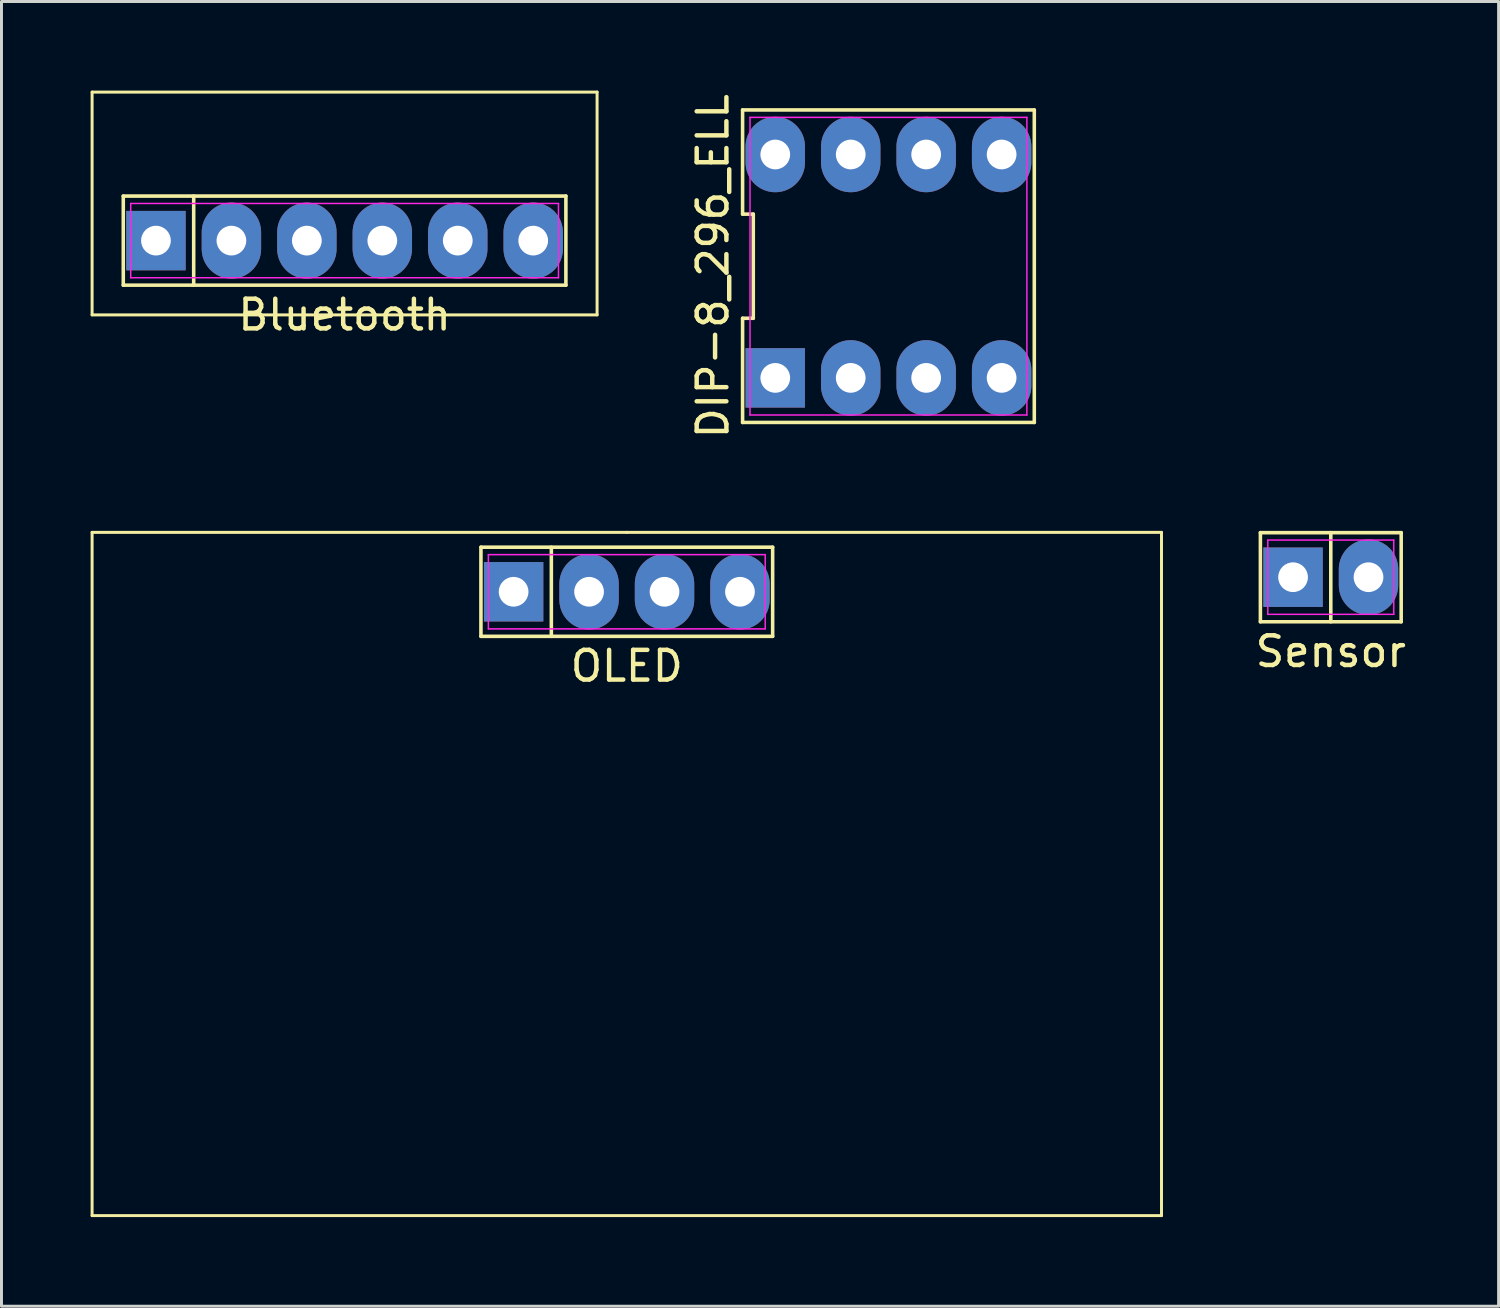
<source format=kicad_pcb>
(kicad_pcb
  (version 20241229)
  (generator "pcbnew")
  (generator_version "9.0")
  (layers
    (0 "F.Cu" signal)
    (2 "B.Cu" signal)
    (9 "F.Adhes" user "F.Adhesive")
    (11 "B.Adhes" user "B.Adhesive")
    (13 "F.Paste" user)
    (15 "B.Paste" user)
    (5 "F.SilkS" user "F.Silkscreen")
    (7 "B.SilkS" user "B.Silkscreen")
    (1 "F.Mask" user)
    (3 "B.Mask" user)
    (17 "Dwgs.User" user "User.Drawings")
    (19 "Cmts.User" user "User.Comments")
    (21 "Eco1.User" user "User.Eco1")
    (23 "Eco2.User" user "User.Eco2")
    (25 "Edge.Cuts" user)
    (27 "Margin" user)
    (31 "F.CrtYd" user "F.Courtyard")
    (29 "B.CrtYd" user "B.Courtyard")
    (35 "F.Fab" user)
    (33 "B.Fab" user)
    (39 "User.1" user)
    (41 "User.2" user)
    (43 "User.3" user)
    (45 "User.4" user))
  (footprint "Sensor"
    (layer "F.Cu")
    (at 41.749 16.381)
    (property "Reference" "Sensor" (at 0 2.5 0) (layer "F.SilkS") (effects (font (size 1 1) (thickness 0.15))))
    (attr through_hole)
    (fp_line (start -2.37 -1.5) (end 2.37 -1.5) (stroke (width 0.12) (type default)) (layer "F.SilkS"))
    (fp_line (start -2.37 1.5) (end -2.37 -1.5) (stroke (width 0.12) (type default)) (layer "F.SilkS"))
    (fp_line (start 0 -1.5) (end 0 1.5) (stroke (width 0.12) (type default)) (layer "F.SilkS"))
    (fp_line (start 2.37 -1.5) (end 2.37 1.5) (stroke (width 0.12) (type default)) (layer "F.SilkS"))
    (fp_line (start 2.37 1.5) (end -2.37 1.5) (stroke (width 0.12) (type default)) (layer "F.SilkS"))
    (fp_line (start -2.12 -1.25) (end 2.12 -1.25) (stroke (width 0.05) (type default)) (layer "F.CrtYd"))
    (fp_line (start -2.12 1.25) (end -2.12 -1.25) (stroke (width 0.05) (type default)) (layer "F.CrtYd"))
    (fp_line (start 2.12 -1.25) (end 2.12 1.25) (stroke (width 0.05) (type default)) (layer "F.CrtYd"))
    (fp_line (start 2.12 1.25) (end -2.12 1.25) (stroke (width 0.05) (type default)) (layer "F.CrtYd"))
    (pad "1" thru_hole rect (at -1.27 0) (size 2 2) (drill 1) (layers "*.Cu" "*.Mask"))
    (pad "2" thru_hole oval (at 1.27 0) (size 2 2.54) (drill 1) (layers "*.Cu" "*.Mask")))
  (footprint "DIP-8_296_ELL"
    (layer "F.Cu")
    (at 26.858 5.911)
    (property "Reference" "DIP-8_296_ELL" (at -5.91 0 90) (layer "F.SilkS") (effects (font (size 1 1) (thickness 0.15))))
    (attr through_hole)
    (fp_line (start -4.91 -5.26) (end -4.91 -1.753) (stroke (width 0.12) (type default)) (layer "F.SilkS"))
    (fp_line (start -4.91 -1.753) (end -4.55 -1.753) (stroke (width 0.12) (type default)) (layer "F.SilkS"))
    (fp_line (start -4.91 1.753) (end -4.91 5.26) (stroke (width 0.12) (type default)) (layer "F.SilkS"))
    (fp_line (start -4.91 5.26) (end 4.91 5.26) (stroke (width 0.12) (type default)) (layer "F.SilkS"))
    (fp_line (start -4.55 -1.753) (end -4.55 1.753) (stroke (width 0.12) (type default)) (layer "F.SilkS"))
    (fp_line (start -4.55 1.753) (end -4.91 1.753) (stroke (width 0.12) (type default)) (layer "F.SilkS"))
    (fp_line (start 4.91 -5.26) (end -4.91 -5.26) (stroke (width 0.12) (type default)) (layer "F.SilkS"))
    (fp_line (start 4.91 5.26) (end 4.91 -5.26) (stroke (width 0.12) (type default)) (layer "F.SilkS"))
    (fp_line (start -4.66 -5.01) (end 4.66 -5.01) (stroke (width 0.05) (type default)) (layer "F.CrtYd"))
    (fp_line (start -4.66 5.01) (end -4.66 -5.01) (stroke (width 0.05) (type default)) (layer "F.CrtYd"))
    (fp_line (start 4.66 -5.01) (end 4.66 5.01) (stroke (width 0.05) (type default)) (layer "F.CrtYd"))
    (fp_line (start 4.66 5.01) (end -4.66 5.01) (stroke (width 0.05) (type default)) (layer "F.CrtYd"))
    (pad "1" thru_hole rect (at -3.81 3.76) (size 2 2) (drill 1) (layers "*.Cu" "*.Mask"))
    (pad "2" thru_hole oval (at -1.27 3.76) (size 2 2.54) (drill 1) (layers "*.Cu" "*.Mask"))
    (pad "3" thru_hole oval (at 1.27 3.76) (size 2 2.54) (drill 1) (layers "*.Cu" "*.Mask"))
    (pad "4" thru_hole oval (at 3.81 3.76) (size 2 2.54) (drill 1) (layers "*.Cu" "*.Mask"))
    (pad "5" thru_hole oval (at 3.81 -3.76) (size 2 2.54) (drill 1) (layers "*.Cu" "*.Mask"))
    (pad "6" thru_hole oval (at 1.27 -3.76) (size 2 2.54) (drill 1) (layers "*.Cu" "*.Mask"))
    (pad "7" thru_hole oval (at -1.27 -3.76) (size 2 2.54) (drill 1) (layers "*.Cu" "*.Mask"))
    (pad "8" thru_hole oval (at -3.81 -3.76) (size 2 2.54) (drill 1) (layers "*.Cu" "*.Mask")))
  (footprint "OLED"
    (layer "F.Cu")
    (at 18.05 16.871)
    (property "Reference" "OLED" (at 0 2.5 0) (layer "F.SilkS") (effects (font (size 1 1) (thickness 0.15))))
    (attr through_hole)
    (fp_line (start -18 -2) (end 0 -2) (stroke (width 0.1) (type default)) (layer "F.SilkS"))
    (fp_line (start -18 21) (end -18 -2) (stroke (width 0.1) (type default)) (layer "F.SilkS"))
    (fp_line (start -4.91 -1.5) (end 4.91 -1.5) (stroke (width 0.12) (type default)) (layer "F.SilkS"))
    (fp_line (start -4.91 1.5) (end -4.91 -1.5) (stroke (width 0.12) (type default)) (layer "F.SilkS"))
    (fp_line (start -2.54 -1.5) (end -2.54 1.5) (stroke (width 0.12) (type default)) (layer "F.SilkS"))
    (fp_line (start 0 -2) (end 18 -2) (stroke (width 0.1) (type default)) (layer "F.SilkS"))
    (fp_line (start 4.91 -1.5) (end 4.91 1.5) (stroke (width 0.12) (type default)) (layer "F.SilkS"))
    (fp_line (start 4.91 1.5) (end -4.91 1.5) (stroke (width 0.12) (type default)) (layer "F.SilkS"))
    (fp_line (start 18 -2) (end 18 21) (stroke (width 0.1) (type default)) (layer "F.SilkS"))
    (fp_line (start 18 21) (end -18 21) (stroke (width 0.1) (type default)) (layer "F.SilkS"))
    (fp_line (start -4.66 -1.25) (end 4.66 -1.25) (stroke (width 0.05) (type default)) (layer "F.CrtYd"))
    (fp_line (start -4.66 1.25) (end -4.66 -1.25) (stroke (width 0.05) (type default)) (layer "F.CrtYd"))
    (fp_line (start 4.66 -1.25) (end 4.66 1.25) (stroke (width 0.05) (type default)) (layer "F.CrtYd"))
    (fp_line (start 4.66 1.25) (end -4.66 1.25) (stroke (width 0.05) (type default)) (layer "F.CrtYd"))
    (pad "1" thru_hole rect (at -3.81 0) (size 2 2) (drill 1) (layers "*.Cu" "*.Mask"))
    (pad "2" thru_hole oval (at -1.27 0) (size 2 2.54) (drill 1) (layers "*.Cu" "*.Mask"))
    (pad "3" thru_hole oval (at 1.27 0) (size 2 2.54) (drill 1) (layers "*.Cu" "*.Mask"))
    (pad "4" thru_hole oval (at 3.81 0) (size 2 2.54) (drill 1) (layers "*.Cu" "*.Mask")))
  (footprint "Bluetooth"
    (layer "F.Cu")
    (at 8.55 5.05)
    (property "Reference" "Bluetooth" (at 0 2.5 0) (layer "F.SilkS") (effects (font (size 1 1) (thickness 0.15))))
    (attr through_hole)
    (fp_line (start -8.5 -5) (end 8.5 -5) (stroke (width 0.1) (type default)) (layer "F.SilkS"))
    (fp_line (start -8.5 2.5) (end -8.5 -5) (stroke (width 0.1) (type default)) (layer "F.SilkS"))
    (fp_line (start -7.45 -1.5) (end 7.45 -1.5) (stroke (width 0.12) (type default)) (layer "F.SilkS"))
    (fp_line (start -7.45 1.5) (end -7.45 -1.5) (stroke (width 0.12) (type default)) (layer "F.SilkS"))
    (fp_line (start -5.08 -1.5) (end -5.08 1.5) (stroke (width 0.12) (type default)) (layer "F.SilkS"))
    (fp_line (start 7.45 -1.5) (end 7.45 1.5) (stroke (width 0.12) (type default)) (layer "F.SilkS"))
    (fp_line (start 7.45 1.5) (end -7.45 1.5) (stroke (width 0.12) (type default)) (layer "F.SilkS"))
    (fp_line (start 8.5 -5) (end 8.5 2.5) (stroke (width 0.1) (type default)) (layer "F.SilkS"))
    (fp_line (start 8.5 2.5) (end -8.5 2.5) (stroke (width 0.1) (type default)) (layer "F.SilkS"))
    (fp_line (start -7.2 -1.25) (end 7.2 -1.25) (stroke (width 0.05) (type default)) (layer "F.CrtYd"))
    (fp_line (start -7.2 1.25) (end -7.2 -1.25) (stroke (width 0.05) (type default)) (layer "F.CrtYd"))
    (fp_line (start 7.2 -1.25) (end 7.2 1.25) (stroke (width 0.05) (type default)) (layer "F.CrtYd"))
    (fp_line (start 7.2 1.25) (end -7.2 1.25) (stroke (width 0.05) (type default)) (layer "F.CrtYd"))
    (pad "1" thru_hole rect (at -6.35 0) (size 2 2) (drill 1) (layers "*.Cu" "*.Mask"))
    (pad "2" thru_hole oval (at -3.81 0) (size 2 2.56) (drill 1) (layers "*.Cu" "*.Mask"))
    (pad "3" thru_hole oval (at -1.27 0) (size 2 2.56) (drill 1) (layers "*.Cu" "*.Mask"))
    (pad "4" thru_hole oval (at 1.27 0) (size 2 2.56) (drill 1) (layers "*.Cu" "*.Mask"))
    (pad "5" thru_hole oval (at 3.81 0) (size 2 2.56) (drill 1) (layers "*.Cu" "*.Mask"))
    (pad "6" thru_hole oval (at 6.35 0) (size 2 2.56) (drill 1) (layers "*.Cu" "*.Mask")))
  (gr_rect
    (start -3 -3)
    (end 47.398 40.921)
    (stroke (width 0.1) (type default))
    (fill no)
    (layer "Edge.Cuts")))
</source>
